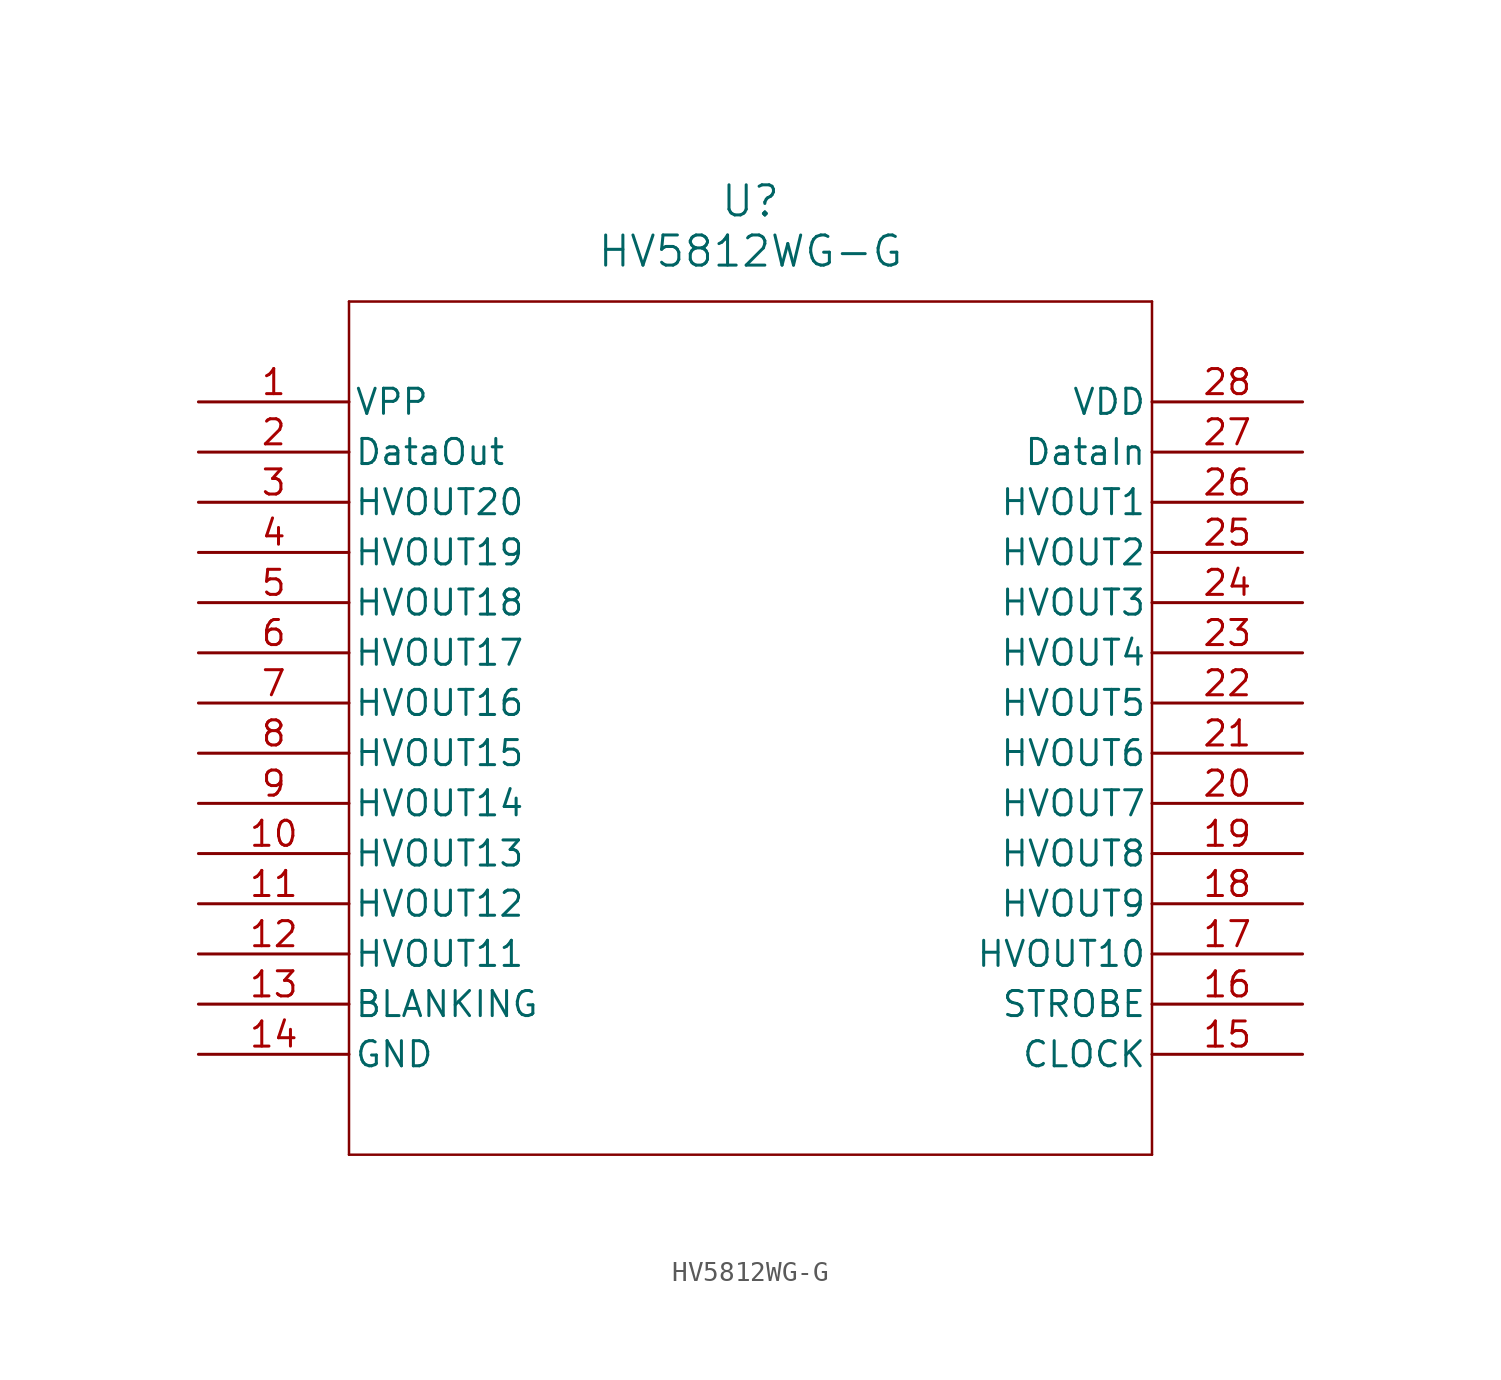
<source format=kicad_sym>
(kicad_symbol_lib
  (version 20211014)
  (generator kicad_symbol_editor)
  (symbol "HV5812WG-G"
    (pin_names
      (offset 0.254))
    (property "Reference" "U"
      (at 27.94 10.16 0)
      (effects (font (size 1.524 1.524))))
    (property "Value" "HV5812WG-G"
      (at 27.94 7.62 0)
      (effects (font (size 1.524 1.524))))
    (symbol "HV5812WG-G_0_1"
      (polyline (pts (xy 7.62 5.08) (xy 7.62 -38.1)) (stroke (width 0.127) (type default) (color 0 0 0 0)) (fill (type none)))
      (polyline (pts (xy 7.62 -38.1) (xy 48.26 -38.1)) (stroke (width 0.127) (type default) (color 0 0 0 0)) (fill (type none)))
      (polyline (pts (xy 48.26 -38.1) (xy 48.26 5.08)) (stroke (width 0.127) (type default) (color 0 0 0 0)) (fill (type none)))
      (polyline (pts (xy 48.26 5.08) (xy 7.62 5.08)) (stroke (width 0.127) (type default) (color 0 0 0 0)) (fill (type none)))
      (pin power_in line (at 0 0 0) (length 7.62) (name "VPP" (effects (font (size 1.27 1.27)))) (number "1" (effects (font (size 1.27 1.27)))))
      (pin output line (at 0 -2.54 0) (length 7.62) (name "DataOut" (effects (font (size 1.27 1.27)))) (number "2" (effects (font (size 1.27 1.27)))))
      (pin output line (at 0 -5.08 0) (length 7.62) (name "HVOUT20" (effects (font (size 1.27 1.27)))) (number "3" (effects (font (size 1.27 1.27)))))
      (pin output line (at 0 -7.62 0) (length 7.62) (name "HVOUT19" (effects (font (size 1.27 1.27)))) (number "4" (effects (font (size 1.27 1.27)))))
      (pin output line (at 0 -10.16 0) (length 7.62) (name "HVOUT18" (effects (font (size 1.27 1.27)))) (number "5" (effects (font (size 1.27 1.27)))))
      (pin output line (at 0 -12.7 0) (length 7.62) (name "HVOUT17" (effects (font (size 1.27 1.27)))) (number "6" (effects (font (size 1.27 1.27)))))
      (pin output line (at 0 -15.24 0) (length 7.62) (name "HVOUT16" (effects (font (size 1.27 1.27)))) (number "7" (effects (font (size 1.27 1.27)))))
      (pin output line (at 0 -17.78 0) (length 7.62) (name "HVOUT15" (effects (font (size 1.27 1.27)))) (number "8" (effects (font (size 1.27 1.27)))))
      (pin output line (at 0 -20.32 0) (length 7.62) (name "HVOUT14" (effects (font (size 1.27 1.27)))) (number "9" (effects (font (size 1.27 1.27)))))
      (pin output line (at 0 -22.86 0) (length 7.62) (name "HVOUT13" (effects (font (size 1.27 1.27)))) (number "10" (effects (font (size 1.27 1.27)))))
      (pin output line (at 0 -25.4 0) (length 7.62) (name "HVOUT12" (effects (font (size 1.27 1.27)))) (number "11" (effects (font (size 1.27 1.27)))))
      (pin output line (at 0 -27.94 0) (length 7.62) (name "HVOUT11" (effects (font (size 1.27 1.27)))) (number "12" (effects (font (size 1.27 1.27)))))
      (pin unspecified line (at 0 -30.48 0) (length 7.62) (name "BLANKING" (effects (font (size 1.27 1.27)))) (number "13" (effects (font (size 1.27 1.27)))))
      (pin power_out line (at 0 -33.02 0) (length 7.62) (name "GND" (effects (font (size 1.27 1.27)))) (number "14" (effects (font (size 1.27 1.27)))))
      (pin unspecified line (at 55.88 -33.02 180) (length 7.62) (name "CLOCK" (effects (font (size 1.27 1.27)))) (number "15" (effects (font (size 1.27 1.27)))))
      (pin unspecified line (at 55.88 -30.48 180) (length 7.62) (name "STROBE" (effects (font (size 1.27 1.27)))) (number "16" (effects (font (size 1.27 1.27)))))
      (pin output line (at 55.88 -27.94 180) (length 7.62) (name "HVOUT10" (effects (font (size 1.27 1.27)))) (number "17" (effects (font (size 1.27 1.27)))))
      (pin output line (at 55.88 -25.4 180) (length 7.62) (name "HVOUT9" (effects (font (size 1.27 1.27)))) (number "18" (effects (font (size 1.27 1.27)))))
      (pin output line (at 55.88 -22.86 180) (length 7.62) (name "HVOUT8" (effects (font (size 1.27 1.27)))) (number "19" (effects (font (size 1.27 1.27)))))
      (pin output line (at 55.88 -20.32 180) (length 7.62) (name "HVOUT7" (effects (font (size 1.27 1.27)))) (number "20" (effects (font (size 1.27 1.27)))))
      (pin output line (at 55.88 -17.78 180) (length 7.62) (name "HVOUT6" (effects (font (size 1.27 1.27)))) (number "21" (effects (font (size 1.27 1.27)))))
      (pin output line (at 55.88 -15.24 180) (length 7.62) (name "HVOUT5" (effects (font (size 1.27 1.27)))) (number "22" (effects (font (size 1.27 1.27)))))
      (pin output line (at 55.88 -12.7 180) (length 7.62) (name "HVOUT4" (effects (font (size 1.27 1.27)))) (number "23" (effects (font (size 1.27 1.27)))))
      (pin output line (at 55.88 -10.16 180) (length 7.62) (name "HVOUT3" (effects (font (size 1.27 1.27)))) (number "24" (effects (font (size 1.27 1.27)))))
      (pin output line (at 55.88 -7.62 180) (length 7.62) (name "HVOUT2" (effects (font (size 1.27 1.27)))) (number "25" (effects (font (size 1.27 1.27)))))
      (pin output line (at 55.88 -5.08 180) (length 7.62) (name "HVOUT1" (effects (font (size 1.27 1.27)))) (number "26" (effects (font (size 1.27 1.27)))))
      (pin input line (at 55.88 -2.54 180) (length 7.62) (name "DataIn" (effects (font (size 1.27 1.27)))) (number "27" (effects (font (size 1.27 1.27)))))
      (pin power_in line (at 55.88 0 180) (length 7.62) (name "VDD" (effects (font (size 1.27 1.27)))) (number "28" (effects (font (size 1.27 1.27))))))))
</source>
